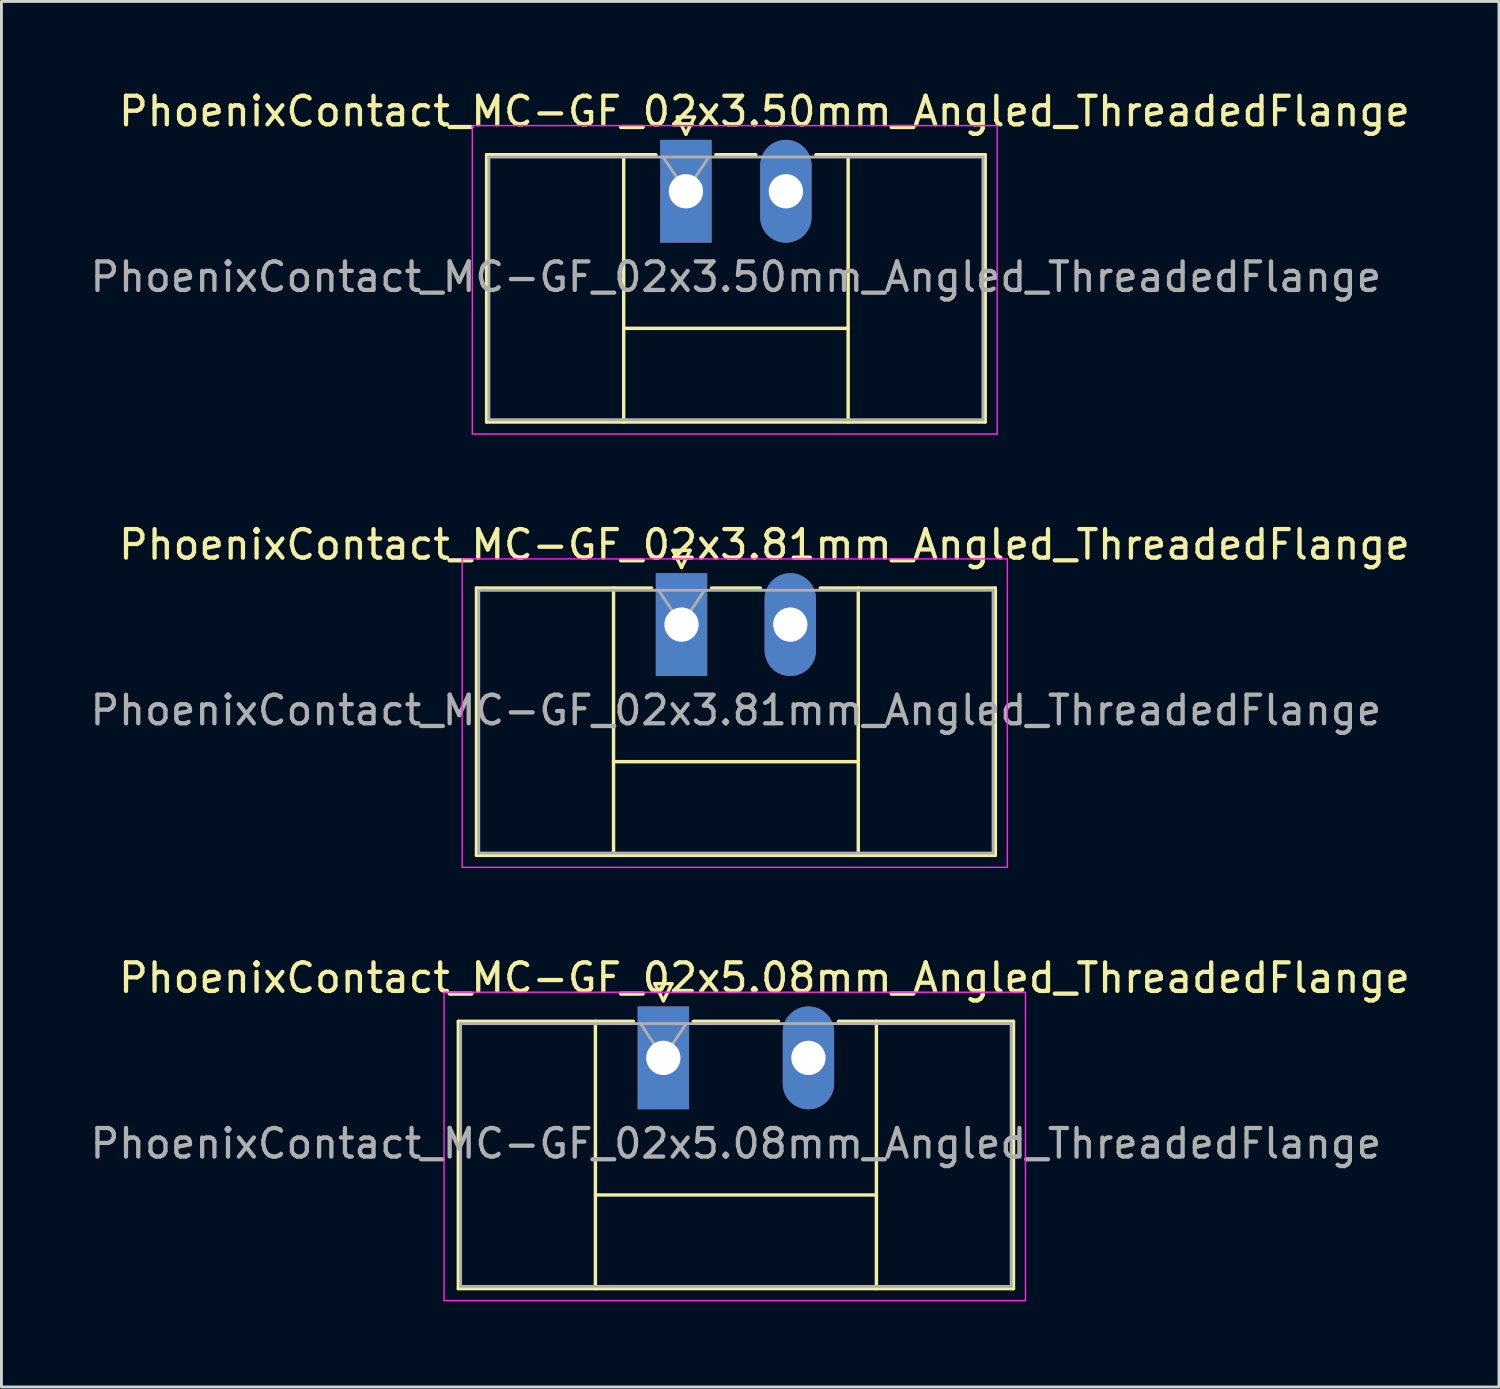
<source format=kicad_pcb>
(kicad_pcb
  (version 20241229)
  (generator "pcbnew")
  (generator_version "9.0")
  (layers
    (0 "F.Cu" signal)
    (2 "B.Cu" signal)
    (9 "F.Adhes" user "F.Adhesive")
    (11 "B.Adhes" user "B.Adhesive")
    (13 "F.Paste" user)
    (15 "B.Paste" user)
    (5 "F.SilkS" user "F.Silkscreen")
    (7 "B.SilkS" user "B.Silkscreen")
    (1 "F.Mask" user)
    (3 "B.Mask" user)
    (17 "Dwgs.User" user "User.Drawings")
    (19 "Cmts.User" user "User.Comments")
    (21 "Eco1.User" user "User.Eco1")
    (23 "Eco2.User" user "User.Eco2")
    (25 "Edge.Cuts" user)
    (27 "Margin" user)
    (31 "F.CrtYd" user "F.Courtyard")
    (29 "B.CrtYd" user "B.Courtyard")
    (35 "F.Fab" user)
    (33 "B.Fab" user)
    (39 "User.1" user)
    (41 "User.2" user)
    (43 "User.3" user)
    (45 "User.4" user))
  (footprint "PhoenixContact_MC-GF_02x3.50mm_Angled_ThreadedFlange"
    (layer "F.Cu")
    (at 20.97 3.648)
    (property "Reference" "PhoenixContact_MC-GF_02x3.50mm_Angled_ThreadedFlange" (at 2.75 -2.8 0) (layer "F.SilkS") (effects (font (size 1 1) (thickness 0.15))))
    (attr through_hole)
    (fp_line (start -6.98 -1.28) (end -6.98 8.08) (stroke (width 0.12) (type solid)) (layer "F.SilkS"))
    (fp_line (start -6.98 -1.28) (end -1.05 -1.28) (stroke (width 0.12) (type solid)) (layer "F.SilkS"))
    (fp_line (start -6.98 8.08) (end 10.48 8.08) (stroke (width 0.12) (type solid)) (layer "F.SilkS"))
    (fp_line (start -2.18 -1.28) (end -2.18 8.08) (stroke (width 0.12) (type solid)) (layer "F.SilkS"))
    (fp_line (start -2.18 4.8) (end 5.68 4.8) (stroke (width 0.12) (type solid)) (layer "F.SilkS"))
    (fp_line (start -0.3 -2.6) (end 0.3 -2.6) (stroke (width 0.12) (type solid)) (layer "F.SilkS"))
    (fp_line (start 0 -2) (end -0.3 -2.6) (stroke (width 0.12) (type solid)) (layer "F.SilkS"))
    (fp_line (start 0.3 -2.6) (end 0 -2) (stroke (width 0.12) (type solid)) (layer "F.SilkS"))
    (fp_line (start 1.05 -1.28) (end 2.45 -1.28) (stroke (width 0.12) (type solid)) (layer "F.SilkS"))
    (fp_line (start 5.68 -1.28) (end 5.68 8.08) (stroke (width 0.12) (type solid)) (layer "F.SilkS"))
    (fp_line (start 10.48 -1.28) (end 4.55 -1.28) (stroke (width 0.12) (type solid)) (layer "F.SilkS"))
    (fp_line (start 10.48 8.08) (end 10.48 -1.28) (stroke (width 0.12) (type solid)) (layer "F.SilkS"))
    (fp_line (start -7.48 -2.3) (end -7.48 8.5) (stroke (width 0.05) (type solid)) (layer "F.CrtYd"))
    (fp_line (start -7.48 8.5) (end 10.9 8.5) (stroke (width 0.05) (type solid)) (layer "F.CrtYd"))
    (fp_line (start 10.9 -2.3) (end -7.48 -2.3) (stroke (width 0.05) (type solid)) (layer "F.CrtYd"))
    (fp_line (start 10.9 8.5) (end 10.9 -2.3) (stroke (width 0.05) (type solid)) (layer "F.CrtYd"))
    (fp_line (start -6.9 -1.2) (end -6.9 8) (stroke (width 0.1) (type solid)) (layer "F.Fab"))
    (fp_line (start -6.9 8) (end 10.4 8) (stroke (width 0.1) (type solid)) (layer "F.Fab"))
    (fp_line (start 0 0) (end -0.8 -1.2) (stroke (width 0.1) (type solid)) (layer "F.Fab"))
    (fp_line (start 0.8 -1.2) (end 0 0) (stroke (width 0.1) (type solid)) (layer "F.Fab"))
    (fp_line (start 10.4 -1.2) (end -6.9 -1.2) (stroke (width 0.1) (type solid)) (layer "F.Fab"))
    (fp_line (start 10.4 8) (end 10.4 -1.2) (stroke (width 0.1) (type solid)) (layer "F.Fab"))
    (fp_text user "${REFERENCE}" (at 1.75 3 0) (layer "F.Fab") (effects (font (size 1 1) (thickness 0.15))))
    (pad "1" thru_hole rect (at 0 0) (size 1.8 3.6) (drill 1.2) (layers "*.Cu" "*.Mask"))
    (pad "2" thru_hole oval (at 3.5 0) (size 1.8 3.6) (drill 1.2) (layers "*.Cu" "*.Mask")))
  (footprint "PhoenixContact_MC-GF_02x5.08mm_Angled_ThreadedFlange"
    (layer "F.Cu")
    (at 20.18 33.995)
    (property "Reference" "PhoenixContact_MC-GF_02x5.08mm_Angled_ThreadedFlange" (at 3.54 -2.8 0) (layer "F.SilkS") (effects (font (size 1 1) (thickness 0.15))))
    (attr through_hole)
    (fp_line (start -7.18 -1.28) (end -7.18 8.08) (stroke (width 0.12) (type solid)) (layer "F.SilkS"))
    (fp_line (start -7.18 -1.28) (end -1.05 -1.28) (stroke (width 0.12) (type solid)) (layer "F.SilkS"))
    (fp_line (start -7.18 8.08) (end 12.26 8.08) (stroke (width 0.12) (type solid)) (layer "F.SilkS"))
    (fp_line (start -2.38 -1.28) (end -2.38 8.08) (stroke (width 0.12) (type solid)) (layer "F.SilkS"))
    (fp_line (start -2.38 4.8) (end 7.46 4.8) (stroke (width 0.12) (type solid)) (layer "F.SilkS"))
    (fp_line (start -0.3 -2.6) (end 0.3 -2.6) (stroke (width 0.12) (type solid)) (layer "F.SilkS"))
    (fp_line (start 0 -2) (end -0.3 -2.6) (stroke (width 0.12) (type solid)) (layer "F.SilkS"))
    (fp_line (start 0.3 -2.6) (end 0 -2) (stroke (width 0.12) (type solid)) (layer "F.SilkS"))
    (fp_line (start 1.05 -1.28) (end 4.03 -1.28) (stroke (width 0.12) (type solid)) (layer "F.SilkS"))
    (fp_line (start 7.46 -1.28) (end 7.46 8.08) (stroke (width 0.12) (type solid)) (layer "F.SilkS"))
    (fp_line (start 12.26 -1.28) (end 6.13 -1.28) (stroke (width 0.12) (type solid)) (layer "F.SilkS"))
    (fp_line (start 12.26 8.08) (end 12.26 -1.28) (stroke (width 0.12) (type solid)) (layer "F.SilkS"))
    (fp_line (start -7.68 -2.3) (end -7.68 8.5) (stroke (width 0.05) (type solid)) (layer "F.CrtYd"))
    (fp_line (start -7.68 8.5) (end 12.68 8.5) (stroke (width 0.05) (type solid)) (layer "F.CrtYd"))
    (fp_line (start 12.68 -2.3) (end -7.68 -2.3) (stroke (width 0.05) (type solid)) (layer "F.CrtYd"))
    (fp_line (start 12.68 8.5) (end 12.68 -2.3) (stroke (width 0.05) (type solid)) (layer "F.CrtYd"))
    (fp_line (start -7.1 -1.2) (end -7.1 8) (stroke (width 0.1) (type solid)) (layer "F.Fab"))
    (fp_line (start -7.1 8) (end 12.18 8) (stroke (width 0.1) (type solid)) (layer "F.Fab"))
    (fp_line (start 0 0) (end -0.8 -1.2) (stroke (width 0.1) (type solid)) (layer "F.Fab"))
    (fp_line (start 0.8 -1.2) (end 0 0) (stroke (width 0.1) (type solid)) (layer "F.Fab"))
    (fp_line (start 12.18 -1.2) (end -7.1 -1.2) (stroke (width 0.1) (type solid)) (layer "F.Fab"))
    (fp_line (start 12.18 8) (end 12.18 -1.2) (stroke (width 0.1) (type solid)) (layer "F.Fab"))
    (fp_text user "${REFERENCE}" (at 2.54 3 0) (layer "F.Fab") (effects (font (size 1 1) (thickness 0.15))))
    (pad "1" thru_hole rect (at 0 0) (size 1.8 3.6) (drill 1.2) (layers "*.Cu" "*.Mask"))
    (pad "2" thru_hole oval (at 5.08 0) (size 1.8 3.6) (drill 1.2) (layers "*.Cu" "*.Mask")))
  (footprint "PhoenixContact_MC-GF_02x3.81mm_Angled_ThreadedFlange"
    (layer "F.Cu")
    (at 20.815 18.822)
    (property "Reference" "PhoenixContact_MC-GF_02x3.81mm_Angled_ThreadedFlange" (at 2.905 -2.8 0) (layer "F.SilkS") (effects (font (size 1 1) (thickness 0.15))))
    (attr through_hole)
    (fp_line (start -7.18 -1.28) (end -7.18 8.08) (stroke (width 0.12) (type solid)) (layer "F.SilkS"))
    (fp_line (start -7.18 -1.28) (end -1.05 -1.28) (stroke (width 0.12) (type solid)) (layer "F.SilkS"))
    (fp_line (start -7.18 8.08) (end 10.99 8.08) (stroke (width 0.12) (type solid)) (layer "F.SilkS"))
    (fp_line (start -2.38 -1.28) (end -2.38 8.08) (stroke (width 0.12) (type solid)) (layer "F.SilkS"))
    (fp_line (start -2.38 4.8) (end 6.19 4.8) (stroke (width 0.12) (type solid)) (layer "F.SilkS"))
    (fp_line (start -0.3 -2.6) (end 0.3 -2.6) (stroke (width 0.12) (type solid)) (layer "F.SilkS"))
    (fp_line (start 0 -2) (end -0.3 -2.6) (stroke (width 0.12) (type solid)) (layer "F.SilkS"))
    (fp_line (start 0.3 -2.6) (end 0 -2) (stroke (width 0.12) (type solid)) (layer "F.SilkS"))
    (fp_line (start 1.05 -1.28) (end 2.76 -1.28) (stroke (width 0.12) (type solid)) (layer "F.SilkS"))
    (fp_line (start 6.19 -1.28) (end 6.19 8.08) (stroke (width 0.12) (type solid)) (layer "F.SilkS"))
    (fp_line (start 10.99 -1.28) (end 4.86 -1.28) (stroke (width 0.12) (type solid)) (layer "F.SilkS"))
    (fp_line (start 10.99 8.08) (end 10.99 -1.28) (stroke (width 0.12) (type solid)) (layer "F.SilkS"))
    (fp_line (start -7.68 -2.3) (end -7.68 8.5) (stroke (width 0.05) (type solid)) (layer "F.CrtYd"))
    (fp_line (start -7.68 8.5) (end 11.41 8.5) (stroke (width 0.05) (type solid)) (layer "F.CrtYd"))
    (fp_line (start 11.41 -2.3) (end -7.68 -2.3) (stroke (width 0.05) (type solid)) (layer "F.CrtYd"))
    (fp_line (start 11.41 8.5) (end 11.41 -2.3) (stroke (width 0.05) (type solid)) (layer "F.CrtYd"))
    (fp_line (start -7.1 -1.2) (end -7.1 8) (stroke (width 0.1) (type solid)) (layer "F.Fab"))
    (fp_line (start -7.1 8) (end 10.91 8) (stroke (width 0.1) (type solid)) (layer "F.Fab"))
    (fp_line (start 0 0) (end -0.8 -1.2) (stroke (width 0.1) (type solid)) (layer "F.Fab"))
    (fp_line (start 0.8 -1.2) (end 0 0) (stroke (width 0.1) (type solid)) (layer "F.Fab"))
    (fp_line (start 10.91 -1.2) (end -7.1 -1.2) (stroke (width 0.1) (type solid)) (layer "F.Fab"))
    (fp_line (start 10.91 8) (end 10.91 -1.2) (stroke (width 0.1) (type solid)) (layer "F.Fab"))
    (fp_text user "${REFERENCE}" (at 1.905 3 0) (layer "F.Fab") (effects (font (size 1 1) (thickness 0.15))))
    (pad "1" thru_hole rect (at 0 0) (size 1.8 3.6) (drill 1.2) (layers "*.Cu" "*.Mask"))
    (pad "2" thru_hole oval (at 3.81 0) (size 1.8 3.6) (drill 1.2) (layers "*.Cu" "*.Mask")))
  (gr_rect
    (start -3 -3)
    (end 49.44 45.52)
    (stroke (width 0.1) (type default))
    (fill no)
    (layer "Edge.Cuts")))
</source>
